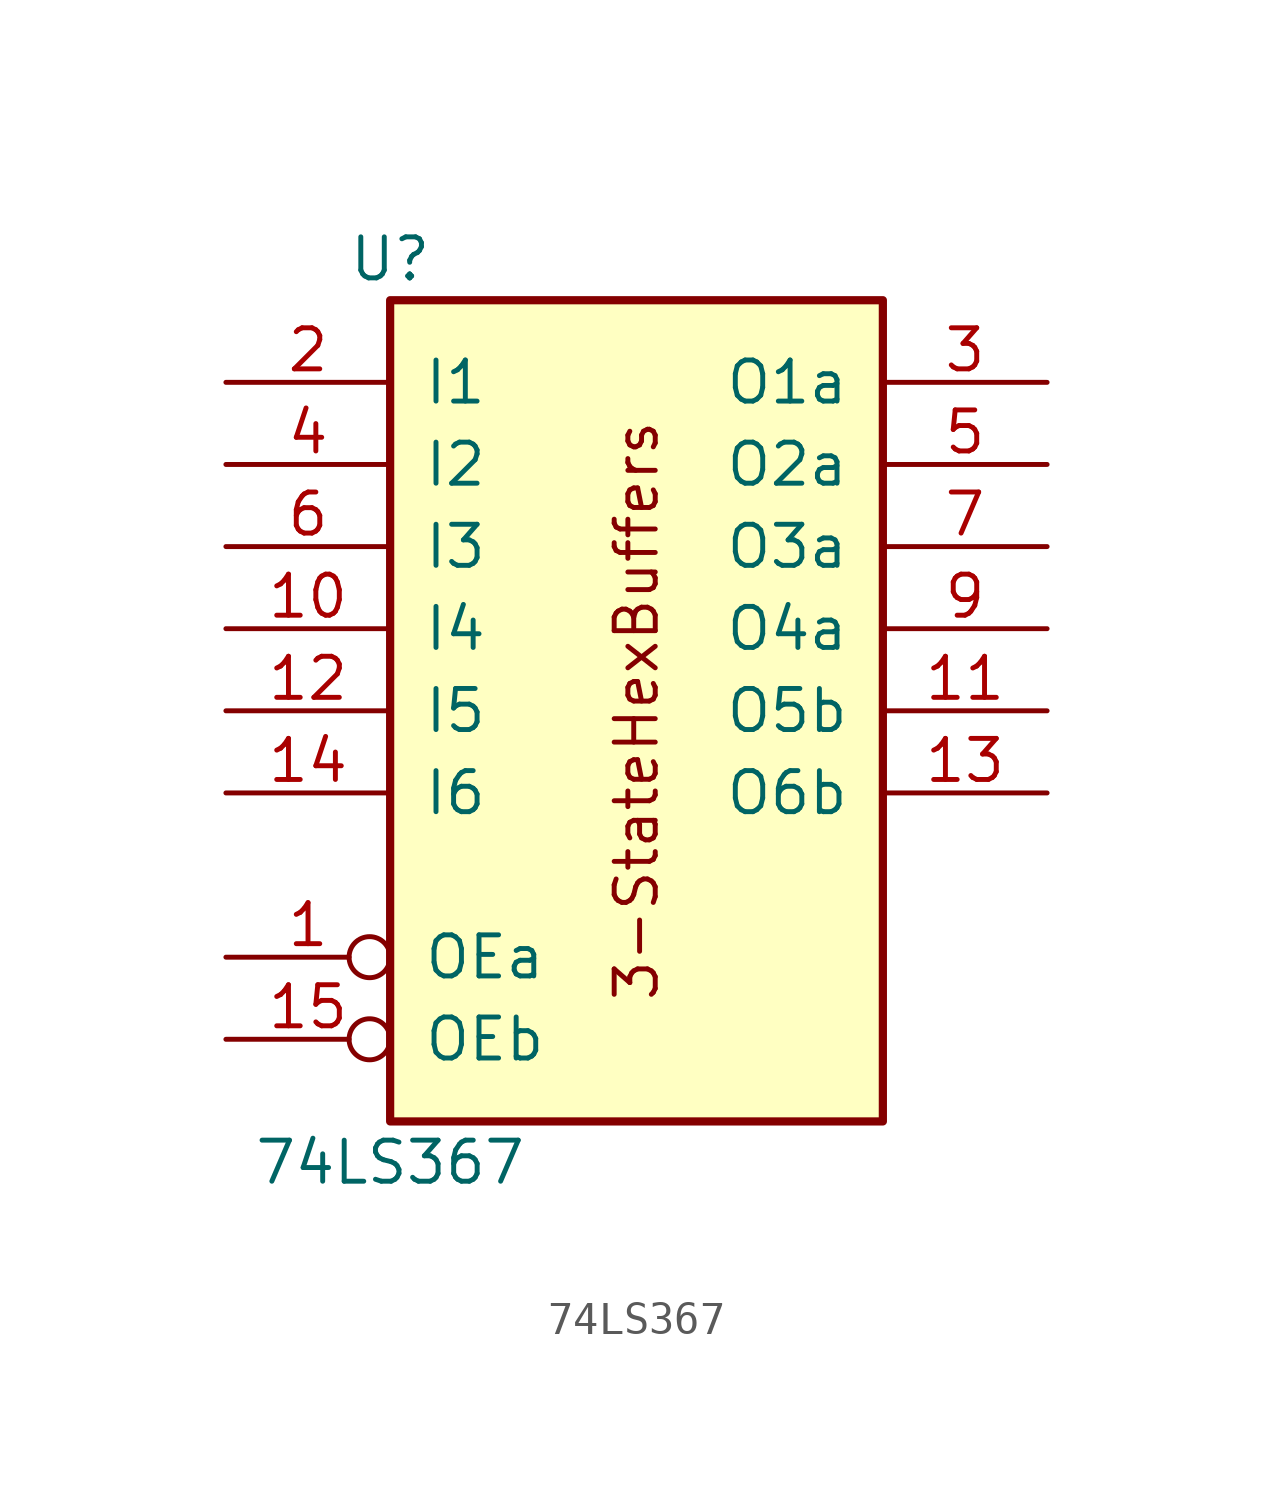
<source format=kicad_sym>
(kicad_symbol_lib
  (version 20211014)
  (generator kicad_symbol_editor)
  (symbol "74LS367"
    (pin_names
      (offset 1.016))
    (property "Reference" "U"
      (at -7.62 13.97 0)
      (effects (font (size 1.27 1.27))))
    (property "Value" "74LS367"
      (at -7.62 -13.97 0)
      (effects (font (size 1.27 1.27))))
    (symbol "74LS367_0_0"
      (text "3-StateHexBuffers" (at 0 0 900) (effects (font (size 1.27 1.27)))))
    (symbol "74LS367_1_0"
      (pin input inverted (at -12.7 -7.62 0) (length 5.08) (name "OEa" (effects (font (size 1.27 1.27)))) (number "1" (effects (font (size 1.27 1.27)))))
      (pin input line (at -12.7 2.54 0) (length 5.08) (name "I4" (effects (font (size 1.27 1.27)))) (number "10" (effects (font (size 1.27 1.27)))))
      (pin tri_state line (at 12.7 0 180) (length 5.08) (name "O5b" (effects (font (size 1.27 1.27)))) (number "11" (effects (font (size 1.27 1.27)))))
      (pin input line (at -12.7 0 0) (length 5.08) (name "I5" (effects (font (size 1.27 1.27)))) (number "12" (effects (font (size 1.27 1.27)))))
      (pin tri_state line (at 12.7 -2.54 180) (length 5.08) (name "O6b" (effects (font (size 1.27 1.27)))) (number "13" (effects (font (size 1.27 1.27)))))
      (pin input line (at -12.7 -2.54 0) (length 5.08) (name "I6" (effects (font (size 1.27 1.27)))) (number "14" (effects (font (size 1.27 1.27)))))
      (pin input inverted (at -12.7 -10.16 0) (length 5.08) (name "OEb" (effects (font (size 1.27 1.27)))) (number "15" (effects (font (size 1.27 1.27)))))
      (pin input line (at -12.7 10.16 0) (length 5.08) (name "I1" (effects (font (size 1.27 1.27)))) (number "2" (effects (font (size 1.27 1.27)))))
      (pin tri_state line (at 12.7 10.16 180) (length 5.08) (name "O1a" (effects (font (size 1.27 1.27)))) (number "3" (effects (font (size 1.27 1.27)))))
      (pin input line (at -12.7 7.62 0) (length 5.08) (name "I2" (effects (font (size 1.27 1.27)))) (number "4" (effects (font (size 1.27 1.27)))))
      (pin tri_state line (at 12.7 7.62 180) (length 5.08) (name "O2a" (effects (font (size 1.27 1.27)))) (number "5" (effects (font (size 1.27 1.27)))))
      (pin input line (at -12.7 5.08 0) (length 5.08) (name "I3" (effects (font (size 1.27 1.27)))) (number "6" (effects (font (size 1.27 1.27)))))
      (pin tri_state line (at 12.7 5.08 180) (length 5.08) (name "O3a" (effects (font (size 1.27 1.27)))) (number "7" (effects (font (size 1.27 1.27)))))
      (pin tri_state line (at 12.7 2.54 180) (length 5.08) (name "O4a" (effects (font (size 1.27 1.27)))) (number "9" (effects (font (size 1.27 1.27))))))
    (symbol "74LS367_1_1"
      (rectangle (start -7.62 12.7) (end 7.62 -12.7) (stroke (width 0.254) (type default) (color 0 0 0 0)) (fill (type background))))))
</source>
